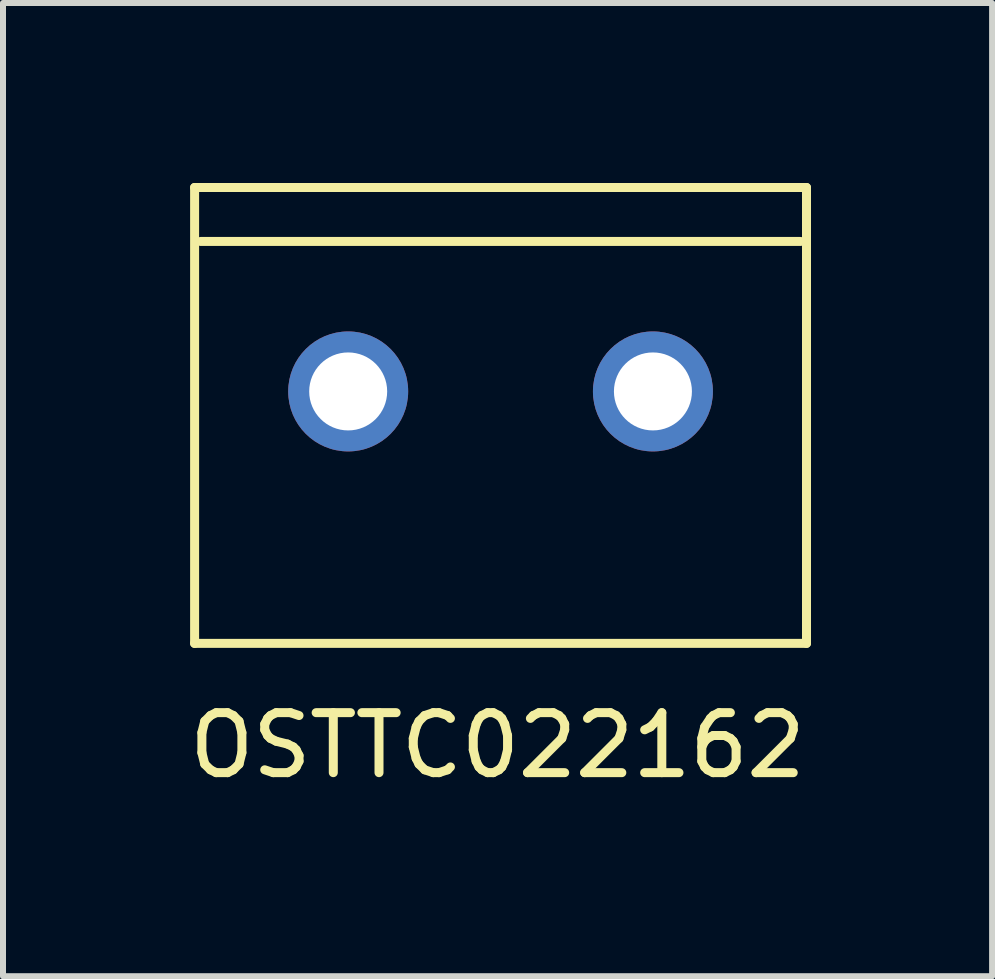
<source format=kicad_pcb>
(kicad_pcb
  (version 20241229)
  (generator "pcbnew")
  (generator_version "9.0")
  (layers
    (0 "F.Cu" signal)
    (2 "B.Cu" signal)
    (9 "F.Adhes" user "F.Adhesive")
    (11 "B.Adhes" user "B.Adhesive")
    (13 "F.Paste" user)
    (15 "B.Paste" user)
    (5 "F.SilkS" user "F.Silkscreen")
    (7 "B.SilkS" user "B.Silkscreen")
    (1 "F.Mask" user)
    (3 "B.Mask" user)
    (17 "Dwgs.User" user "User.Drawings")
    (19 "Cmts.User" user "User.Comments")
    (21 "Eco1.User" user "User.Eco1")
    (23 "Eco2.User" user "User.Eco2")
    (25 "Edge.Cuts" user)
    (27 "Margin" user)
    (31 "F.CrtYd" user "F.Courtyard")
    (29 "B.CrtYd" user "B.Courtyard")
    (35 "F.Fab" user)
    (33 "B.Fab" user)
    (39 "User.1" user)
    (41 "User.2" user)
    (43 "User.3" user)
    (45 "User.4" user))
  (footprint "OSTTC022162"
    (layer "F.Cu")
    (at 5.294 3.475)
    (property "Reference" "OSTTC022162" (at -0.05 5.9 0) (layer "F.SilkS") (effects (font (size 1 1) (thickness 0.15))))
    (attr through_hole)
    (fp_line (start -5.1 -3.4) (end -5.1 4.2) (stroke (width 0.15) (type solid)) (layer "F.SilkS"))
    (fp_line (start -5.1 4.2) (end 5.1 4.2) (stroke (width 0.15) (type solid)) (layer "F.SilkS"))
    (fp_line (start -5 -2.5) (end 5 -2.5) (stroke (width 0.15) (type solid)) (layer "F.SilkS"))
    (fp_line (start 5.1 -3.4) (end -5.1 -3.4) (stroke (width 0.15) (type solid)) (layer "F.SilkS"))
    (fp_line (start 5.1 4.2) (end 5.1 -3.4) (stroke (width 0.15) (type solid)) (layer "F.SilkS"))
    (pad "1" thru_hole circle (at -2.54 0) (size 2 2) (drill 1.3) (layers "*.Cu" "*.Mask"))
    (pad "2" thru_hole circle (at 2.54 0) (size 2 2) (drill 1.3) (layers "*.Cu" "*.Mask")))
  (gr_rect
    (start -3 -3)
    (end 13.488 13.223)
    (stroke (width 0.1) (type default))
    (fill no)
    (layer "Edge.Cuts")))
</source>
